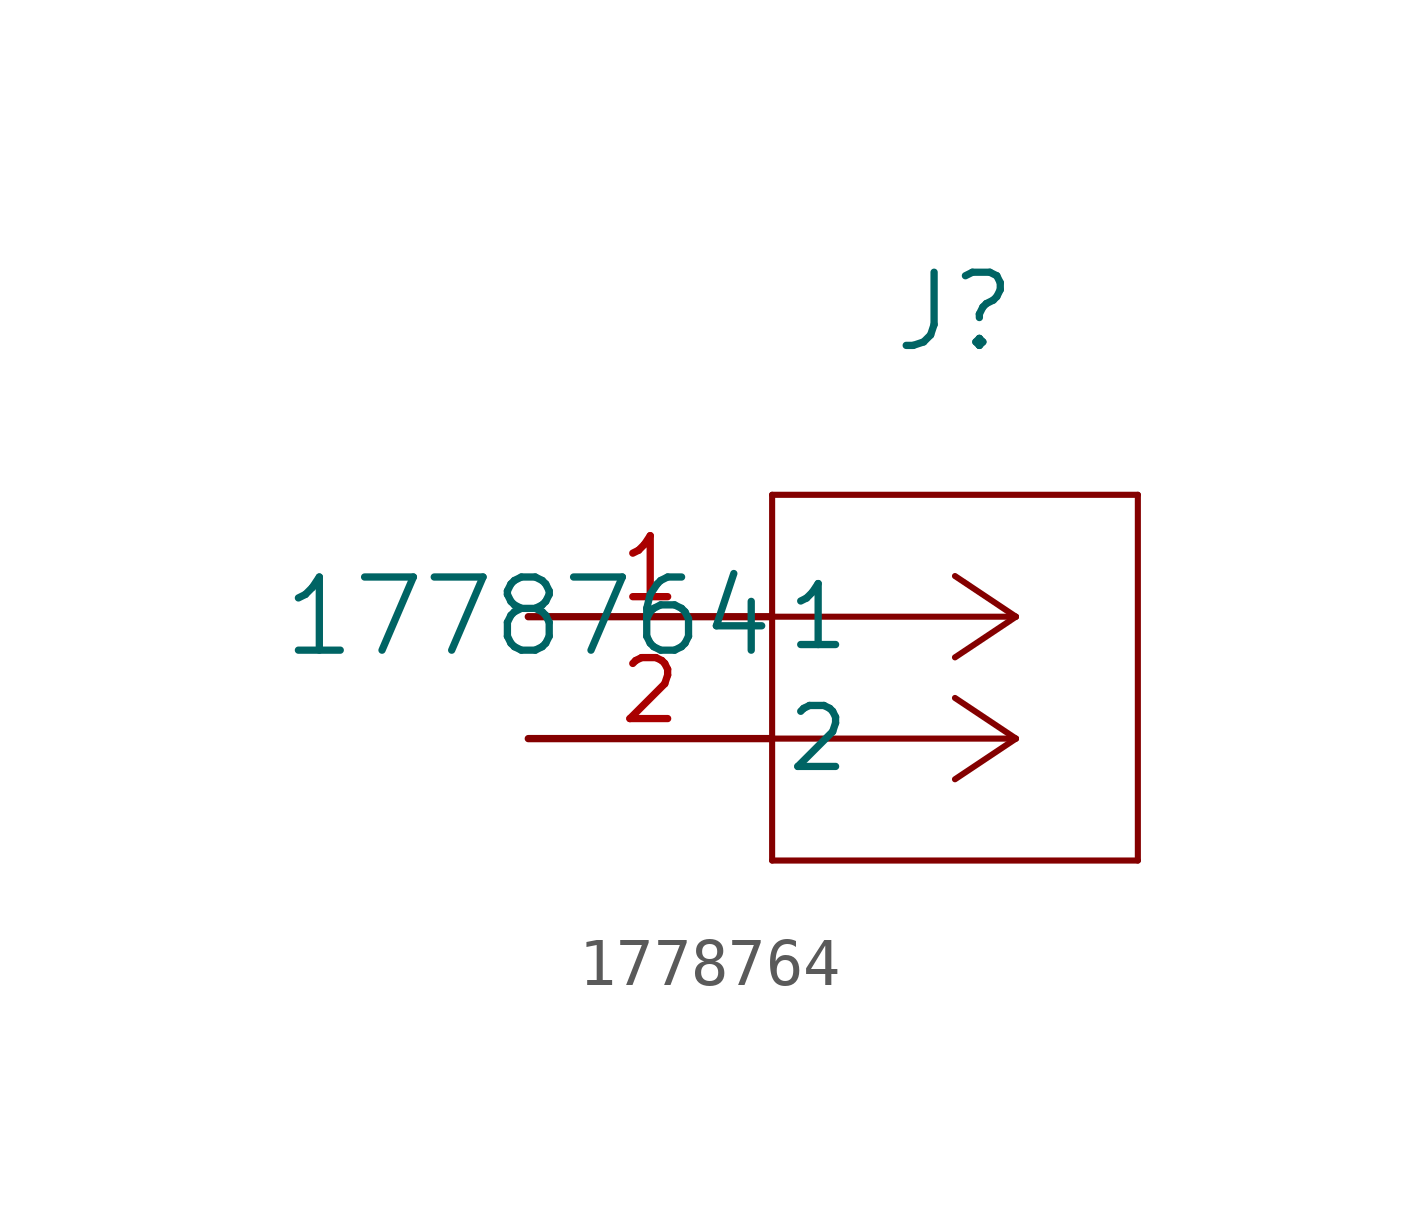
<source format=kicad_sym>
(kicad_symbol_lib
  (version 20211014)
  (generator kicad_symbol_editor)
  (symbol "1778764"
    (pin_names
      (offset 0.254))
    (property "Reference" "J"
      (at 8.89 6.35 0)
      (effects (font (size 1.524 1.524))))
    (property "Value" "1778764"
      (at 0 0 0)
      (effects (font (size 1.524 1.524))))
    (symbol "1778764_0_1"
      (polyline (pts (xy 10.16 0) (xy 5.08 0)) (stroke (width 0.127) (type default) (color 0 0 0 0)) (fill (type none)))
      (polyline (pts (xy 10.16 -2.54) (xy 5.08 -2.54)) (stroke (width 0.127) (type default) (color 0 0 0 0)) (fill (type none)))
      (polyline (pts (xy 10.16 0) (xy 8.89 0.847)) (stroke (width 0.127) (type default) (color 0 0 0 0)) (fill (type none)))
      (polyline (pts (xy 10.16 -2.54) (xy 8.89 -1.693)) (stroke (width 0.127) (type default) (color 0 0 0 0)) (fill (type none)))
      (polyline (pts (xy 10.16 0) (xy 8.89 -0.847)) (stroke (width 0.127) (type default) (color 0 0 0 0)) (fill (type none)))
      (polyline (pts (xy 10.16 -2.54) (xy 8.89 -3.387)) (stroke (width 0.127) (type default) (color 0 0 0 0)) (fill (type none)))
      (polyline (pts (xy 5.08 2.54) (xy 5.08 -5.08)) (stroke (width 0.127) (type default) (color 0 0 0 0)) (fill (type none)))
      (polyline (pts (xy 5.08 -5.08) (xy 12.7 -5.08)) (stroke (width 0.127) (type default) (color 0 0 0 0)) (fill (type none)))
      (polyline (pts (xy 12.7 -5.08) (xy 12.7 2.54)) (stroke (width 0.127) (type default) (color 0 0 0 0)) (fill (type none)))
      (polyline (pts (xy 12.7 2.54) (xy 5.08 2.54)) (stroke (width 0.127) (type default) (color 0 0 0 0)) (fill (type none)))
      (pin unspecified line (at 0 0 0) (length 5.08) (name "1" (effects (font (size 1.27 1.27)))) (number "1" (effects (font (size 1.27 1.27)))))
      (pin unspecified line (at 0 -2.54 0) (length 5.08) (name "2" (effects (font (size 1.27 1.27)))) (number "2" (effects (font (size 1.27 1.27))))))))
</source>
